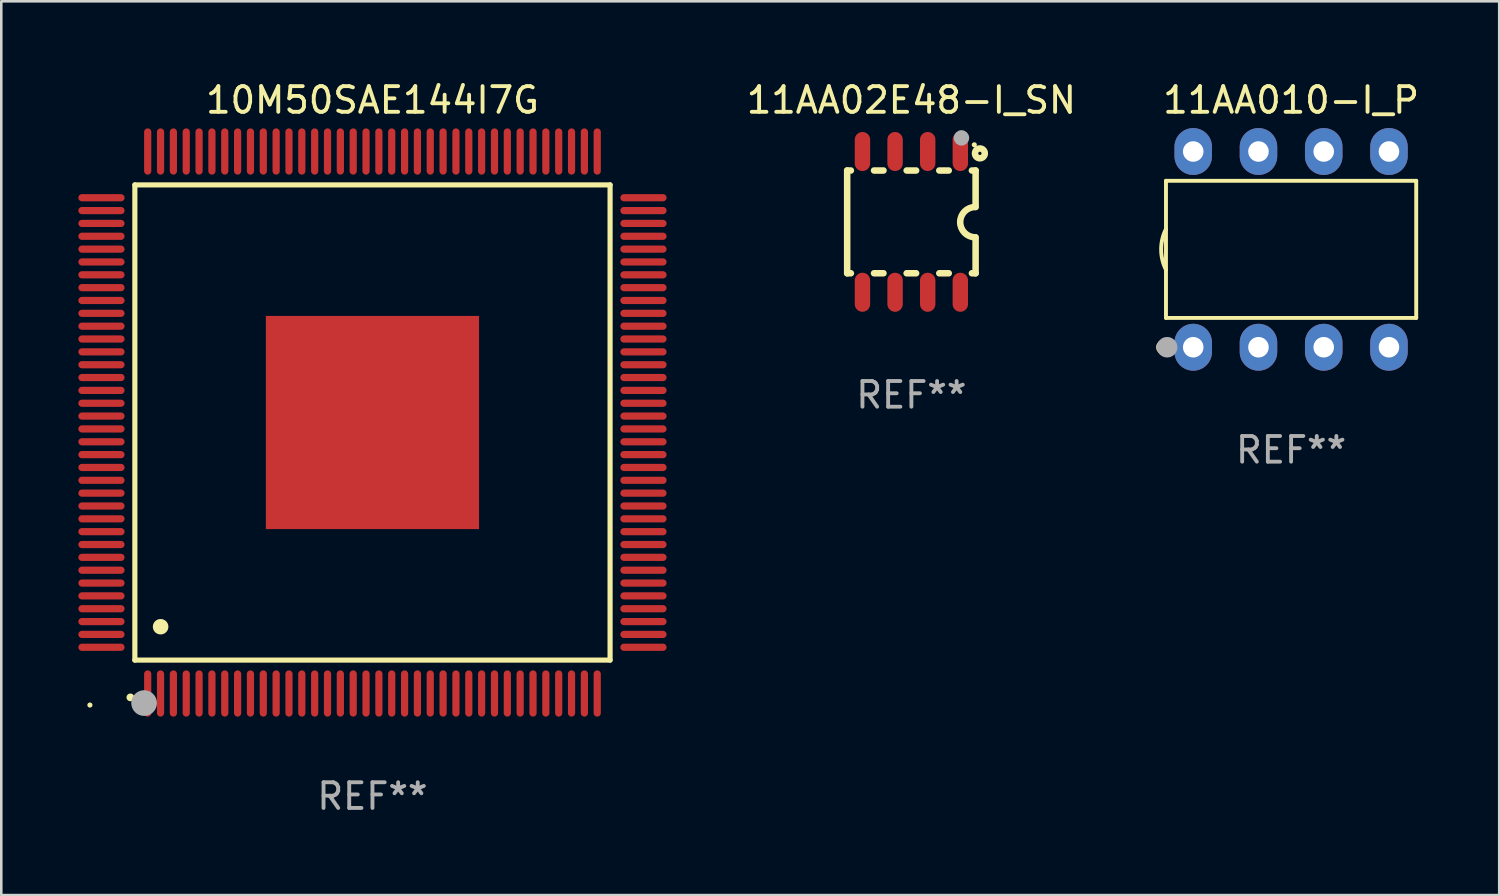
<source format=kicad_pcb>
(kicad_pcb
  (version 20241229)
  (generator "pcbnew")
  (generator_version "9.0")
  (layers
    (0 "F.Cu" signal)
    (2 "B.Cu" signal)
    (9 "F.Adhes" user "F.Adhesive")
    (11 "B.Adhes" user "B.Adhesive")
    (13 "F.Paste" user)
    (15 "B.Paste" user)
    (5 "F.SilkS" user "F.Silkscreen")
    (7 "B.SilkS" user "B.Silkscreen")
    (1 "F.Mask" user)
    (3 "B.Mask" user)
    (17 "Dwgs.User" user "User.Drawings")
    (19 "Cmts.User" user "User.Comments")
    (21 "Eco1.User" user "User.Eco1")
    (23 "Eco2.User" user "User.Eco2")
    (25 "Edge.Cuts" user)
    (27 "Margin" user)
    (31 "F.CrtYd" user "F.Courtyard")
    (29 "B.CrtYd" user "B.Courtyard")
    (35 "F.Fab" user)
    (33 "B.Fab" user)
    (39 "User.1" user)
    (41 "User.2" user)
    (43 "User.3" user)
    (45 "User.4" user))
  (footprint "10M50SAE144I7G"
    (layer "F.Cu")
    (at 11.45 13.398)
    (property "Reference" "10M50SAE144I7G" (at 0 -12.55 0) (layer "F.SilkS") (effects (font (size 1 1) (thickness 0.15))))
    (attr through_hole)
    (fp_line (start -9.25 -9.25) (end 9.25 -9.25) (stroke (width 0.2) (type solid)) (layer "F.SilkS"))
    (fp_line (start -9.25 9.25) (end -9.25 -9.25) (stroke (width 0.2) (type solid)) (layer "F.SilkS"))
    (fp_line (start 9.25 -9.25) (end 9.25 9.25) (stroke (width 0.2) (type solid)) (layer "F.SilkS"))
    (fp_line (start 9.25 9.25) (end -9.25 9.25) (stroke (width 0.2) (type solid)) (layer "F.SilkS"))
    (fp_arc (start -9.425959 10.701041) (mid -9.424689 10.701036) (end -9.423419 10.701041) (stroke (width 0.3) (type solid)) (layer "F.SilkS"))
    (fp_arc (start -8.249936 7.950216) (mid -8.247396 7.950205) (end -8.244856 7.950216) (stroke (width 0.6) (type solid)) (layer "F.SilkS"))
    (fp_circle (center -11 11) (end -10.95 11) (stroke (width 0.1) (type solid)) (fill no) (layer "F.SilkS"))
    (fp_circle (center -8.89 10.922) (end -8.64 10.922) (stroke (width 0.5) (type solid)) (fill no) (layer "F.Fab"))
    (fp_text user "REF**" (at 0 14.55 0) (layer "F.Fab") (effects (font (size 1 1) (thickness 0.15))))
    (pad "1" smd oval (at -8.75 10.55) (size 0.28 1.8) (layers "F.Cu" "F.Mask" "F.Paste"))
    (pad "2" smd oval (at -8.25 10.55) (size 0.28 1.8) (layers "F.Cu" "F.Mask" "F.Paste"))
    (pad "3" smd oval (at -7.75 10.55) (size 0.28 1.8) (layers "F.Cu" "F.Mask" "F.Paste"))
    (pad "4" smd oval (at -7.25 10.55) (size 0.28 1.8) (layers "F.Cu" "F.Mask" "F.Paste"))
    (pad "5" smd oval (at -6.75 10.55) (size 0.28 1.8) (layers "F.Cu" "F.Mask" "F.Paste"))
    (pad "6" smd oval (at -6.25 10.55) (size 0.28 1.8) (layers "F.Cu" "F.Mask" "F.Paste"))
    (pad "7" smd oval (at -5.75 10.55) (size 0.28 1.8) (layers "F.Cu" "F.Mask" "F.Paste"))
    (pad "8" smd oval (at -5.25 10.55) (size 0.28 1.8) (layers "F.Cu" "F.Mask" "F.Paste"))
    (pad "9" smd oval (at -4.75 10.55) (size 0.28 1.8) (layers "F.Cu" "F.Mask" "F.Paste"))
    (pad "10" smd oval (at -4.25 10.55) (size 0.28 1.8) (layers "F.Cu" "F.Mask" "F.Paste"))
    (pad "11" smd oval (at -3.75 10.55) (size 0.28 1.8) (layers "F.Cu" "F.Mask" "F.Paste"))
    (pad "12" smd oval (at -3.25 10.55) (size 0.28 1.8) (layers "F.Cu" "F.Mask" "F.Paste"))
    (pad "13" smd oval (at -2.75 10.55) (size 0.28 1.8) (layers "F.Cu" "F.Mask" "F.Paste"))
    (pad "14" smd oval (at -2.25 10.55) (size 0.28 1.8) (layers "F.Cu" "F.Mask" "F.Paste"))
    (pad "15" smd oval (at -1.75 10.55) (size 0.28 1.8) (layers "F.Cu" "F.Mask" "F.Paste"))
    (pad "16" smd oval (at -1.25 10.55) (size 0.28 1.8) (layers "F.Cu" "F.Mask" "F.Paste"))
    (pad "17" smd oval (at -0.75 10.55) (size 0.28 1.8) (layers "F.Cu" "F.Mask" "F.Paste"))
    (pad "18" smd oval (at -0.25 10.55) (size 0.28 1.8) (layers "F.Cu" "F.Mask" "F.Paste"))
    (pad "19" smd oval (at 0.25 10.55) (size 0.28 1.8) (layers "F.Cu" "F.Mask" "F.Paste"))
    (pad "20" smd oval (at 0.75 10.55) (size 0.28 1.8) (layers "F.Cu" "F.Mask" "F.Paste"))
    (pad "21" smd oval (at 1.25 10.55) (size 0.28 1.8) (layers "F.Cu" "F.Mask" "F.Paste"))
    (pad "22" smd oval (at 1.75 10.55) (size 0.28 1.8) (layers "F.Cu" "F.Mask" "F.Paste"))
    (pad "23" smd oval (at 2.25 10.55) (size 0.28 1.8) (layers "F.Cu" "F.Mask" "F.Paste"))
    (pad "24" smd oval (at 2.75 10.55) (size 0.28 1.8) (layers "F.Cu" "F.Mask" "F.Paste"))
    (pad "25" smd oval (at 3.25 10.55) (size 0.28 1.8) (layers "F.Cu" "F.Mask" "F.Paste"))
    (pad "26" smd oval (at 3.75 10.55) (size 0.28 1.8) (layers "F.Cu" "F.Mask" "F.Paste"))
    (pad "27" smd oval (at 4.25 10.55) (size 0.28 1.8) (layers "F.Cu" "F.Mask" "F.Paste"))
    (pad "28" smd oval (at 4.75 10.55) (size 0.28 1.8) (layers "F.Cu" "F.Mask" "F.Paste"))
    (pad "29" smd oval (at 5.25 10.55) (size 0.28 1.8) (layers "F.Cu" "F.Mask" "F.Paste"))
    (pad "30" smd oval (at 5.75 10.55) (size 0.28 1.8) (layers "F.Cu" "F.Mask" "F.Paste"))
    (pad "31" smd oval (at 6.25 10.55) (size 0.28 1.8) (layers "F.Cu" "F.Mask" "F.Paste"))
    (pad "32" smd oval (at 6.75 10.55) (size 0.28 1.8) (layers "F.Cu" "F.Mask" "F.Paste"))
    (pad "33" smd oval (at 7.25 10.55) (size 0.28 1.8) (layers "F.Cu" "F.Mask" "F.Paste"))
    (pad "34" smd oval (at 7.75 10.55) (size 0.28 1.8) (layers "F.Cu" "F.Mask" "F.Paste"))
    (pad "35" smd oval (at 8.25 10.55) (size 0.28 1.8) (layers "F.Cu" "F.Mask" "F.Paste"))
    (pad "36" smd oval (at 8.75 10.55) (size 0.28 1.8) (layers "F.Cu" "F.Mask" "F.Paste"))
    (pad "37" smd oval (at 10.55 8.75) (size 1.8 0.28) (layers "F.Cu" "F.Mask" "F.Paste"))
    (pad "38" smd oval (at 10.55 8.25) (size 1.8 0.28) (layers "F.Cu" "F.Mask" "F.Paste"))
    (pad "39" smd oval (at 10.55 7.75) (size 1.8 0.28) (layers "F.Cu" "F.Mask" "F.Paste"))
    (pad "40" smd oval (at 10.55 7.25) (size 1.8 0.28) (layers "F.Cu" "F.Mask" "F.Paste"))
    (pad "41" smd oval (at 10.55 6.75) (size 1.8 0.28) (layers "F.Cu" "F.Mask" "F.Paste"))
    (pad "42" smd oval (at 10.55 6.25) (size 1.8 0.28) (layers "F.Cu" "F.Mask" "F.Paste"))
    (pad "43" smd oval (at 10.55 5.75) (size 1.8 0.28) (layers "F.Cu" "F.Mask" "F.Paste"))
    (pad "44" smd oval (at 10.55 5.25) (size 1.8 0.28) (layers "F.Cu" "F.Mask" "F.Paste"))
    (pad "45" smd oval (at 10.55 4.75) (size 1.8 0.28) (layers "F.Cu" "F.Mask" "F.Paste"))
    (pad "46" smd oval (at 10.55 4.25) (size 1.8 0.28) (layers "F.Cu" "F.Mask" "F.Paste"))
    (pad "47" smd oval (at 10.55 3.75) (size 1.8 0.28) (layers "F.Cu" "F.Mask" "F.Paste"))
    (pad "48" smd oval (at 10.55 3.25) (size 1.8 0.28) (layers "F.Cu" "F.Mask" "F.Paste"))
    (pad "49" smd oval (at 10.55 2.75) (size 1.8 0.28) (layers "F.Cu" "F.Mask" "F.Paste"))
    (pad "50" smd oval (at 10.55 2.25) (size 1.8 0.28) (layers "F.Cu" "F.Mask" "F.Paste"))
    (pad "51" smd oval (at 10.55 1.75) (size 1.8 0.28) (layers "F.Cu" "F.Mask" "F.Paste"))
    (pad "52" smd oval (at 10.55 1.25) (size 1.8 0.28) (layers "F.Cu" "F.Mask" "F.Paste"))
    (pad "53" smd oval (at 10.55 0.75) (size 1.8 0.28) (layers "F.Cu" "F.Mask" "F.Paste"))
    (pad "54" smd oval (at 10.55 0.25) (size 1.8 0.28) (layers "F.Cu" "F.Mask" "F.Paste"))
    (pad "55" smd oval (at 10.55 -0.25) (size 1.8 0.28) (layers "F.Cu" "F.Mask" "F.Paste"))
    (pad "56" smd oval (at 10.55 -0.75) (size 1.8 0.28) (layers "F.Cu" "F.Mask" "F.Paste"))
    (pad "57" smd oval (at 10.55 -1.25) (size 1.8 0.28) (layers "F.Cu" "F.Mask" "F.Paste"))
    (pad "58" smd oval (at 10.55 -1.75) (size 1.8 0.28) (layers "F.Cu" "F.Mask" "F.Paste"))
    (pad "59" smd oval (at 10.55 -2.25) (size 1.8 0.28) (layers "F.Cu" "F.Mask" "F.Paste"))
    (pad "60" smd oval (at 10.55 -2.75) (size 1.8 0.28) (layers "F.Cu" "F.Mask" "F.Paste"))
    (pad "61" smd oval (at 10.55 -3.25) (size 1.8 0.28) (layers "F.Cu" "F.Mask" "F.Paste"))
    (pad "62" smd oval (at 10.55 -3.75) (size 1.8 0.28) (layers "F.Cu" "F.Mask" "F.Paste"))
    (pad "63" smd oval (at 10.55 -4.25) (size 1.8 0.28) (layers "F.Cu" "F.Mask" "F.Paste"))
    (pad "64" smd oval (at 10.55 -4.75) (size 1.8 0.28) (layers "F.Cu" "F.Mask" "F.Paste"))
    (pad "65" smd oval (at 10.55 -5.25) (size 1.8 0.28) (layers "F.Cu" "F.Mask" "F.Paste"))
    (pad "66" smd oval (at 10.55 -5.75) (size 1.8 0.28) (layers "F.Cu" "F.Mask" "F.Paste"))
    (pad "67" smd oval (at 10.55 -6.25) (size 1.8 0.28) (layers "F.Cu" "F.Mask" "F.Paste"))
    (pad "68" smd oval (at 10.55 -6.75) (size 1.8 0.28) (layers "F.Cu" "F.Mask" "F.Paste"))
    (pad "69" smd oval (at 10.55 -7.25) (size 1.8 0.28) (layers "F.Cu" "F.Mask" "F.Paste"))
    (pad "70" smd oval (at 10.55 -7.75) (size 1.8 0.28) (layers "F.Cu" "F.Mask" "F.Paste"))
    (pad "71" smd oval (at 10.55 -8.25) (size 1.8 0.28) (layers "F.Cu" "F.Mask" "F.Paste"))
    (pad "72" smd oval (at 10.55 -8.75) (size 1.8 0.28) (layers "F.Cu" "F.Mask" "F.Paste"))
    (pad "73" smd oval (at 8.75 -10.55) (size 0.28 1.8) (layers "F.Cu" "F.Mask" "F.Paste"))
    (pad "74" smd oval (at 8.25 -10.55) (size 0.28 1.8) (layers "F.Cu" "F.Mask" "F.Paste"))
    (pad "75" smd oval (at 7.75 -10.55) (size 0.28 1.8) (layers "F.Cu" "F.Mask" "F.Paste"))
    (pad "76" smd oval (at 7.25 -10.55) (size 0.28 1.8) (layers "F.Cu" "F.Mask" "F.Paste"))
    (pad "77" smd oval (at 6.75 -10.55) (size 0.28 1.8) (layers "F.Cu" "F.Mask" "F.Paste"))
    (pad "78" smd oval (at 6.25 -10.55) (size 0.28 1.8) (layers "F.Cu" "F.Mask" "F.Paste"))
    (pad "79" smd oval (at 5.75 -10.55) (size 0.28 1.8) (layers "F.Cu" "F.Mask" "F.Paste"))
    (pad "80" smd oval (at 5.25 -10.55) (size 0.28 1.8) (layers "F.Cu" "F.Mask" "F.Paste"))
    (pad "81" smd oval (at 4.75 -10.55) (size 0.28 1.8) (layers "F.Cu" "F.Mask" "F.Paste"))
    (pad "82" smd oval (at 4.25 -10.55) (size 0.28 1.8) (layers "F.Cu" "F.Mask" "F.Paste"))
    (pad "83" smd oval (at 3.75 -10.55) (size 0.28 1.8) (layers "F.Cu" "F.Mask" "F.Paste"))
    (pad "84" smd oval (at 3.25 -10.55) (size 0.28 1.8) (layers "F.Cu" "F.Mask" "F.Paste"))
    (pad "85" smd oval (at 2.75 -10.55) (size 0.28 1.8) (layers "F.Cu" "F.Mask" "F.Paste"))
    (pad "86" smd oval (at 2.25 -10.55) (size 0.28 1.8) (layers "F.Cu" "F.Mask" "F.Paste"))
    (pad "87" smd oval (at 1.75 -10.55) (size 0.28 1.8) (layers "F.Cu" "F.Mask" "F.Paste"))
    (pad "88" smd oval (at 1.25 -10.55) (size 0.28 1.8) (layers "F.Cu" "F.Mask" "F.Paste"))
    (pad "89" smd oval (at 0.75 -10.55) (size 0.28 1.8) (layers "F.Cu" "F.Mask" "F.Paste"))
    (pad "90" smd oval (at 0.25 -10.55) (size 0.28 1.8) (layers "F.Cu" "F.Mask" "F.Paste"))
    (pad "91" smd oval (at -0.25 -10.55) (size 0.28 1.8) (layers "F.Cu" "F.Mask" "F.Paste"))
    (pad "92" smd oval (at -0.75 -10.55) (size 0.28 1.8) (layers "F.Cu" "F.Mask" "F.Paste"))
    (pad "93" smd oval (at -1.25 -10.55) (size 0.28 1.8) (layers "F.Cu" "F.Mask" "F.Paste"))
    (pad "94" smd oval (at -1.75 -10.55) (size 0.28 1.8) (layers "F.Cu" "F.Mask" "F.Paste"))
    (pad "95" smd oval (at -2.25 -10.55) (size 0.28 1.8) (layers "F.Cu" "F.Mask" "F.Paste"))
    (pad "96" smd oval (at -2.75 -10.55) (size 0.28 1.8) (layers "F.Cu" "F.Mask" "F.Paste"))
    (pad "97" smd oval (at -3.25 -10.55) (size 0.28 1.8) (layers "F.Cu" "F.Mask" "F.Paste"))
    (pad "98" smd oval (at -3.75 -10.55) (size 0.28 1.8) (layers "F.Cu" "F.Mask" "F.Paste"))
    (pad "99" smd oval (at -4.25 -10.55) (size 0.28 1.8) (layers "F.Cu" "F.Mask" "F.Paste"))
    (pad "100" smd oval (at -4.75 -10.55) (size 0.28 1.8) (layers "F.Cu" "F.Mask" "F.Paste"))
    (pad "101" smd oval (at -5.25 -10.55) (size 0.28 1.8) (layers "F.Cu" "F.Mask" "F.Paste"))
    (pad "102" smd oval (at -5.75 -10.55) (size 0.28 1.8) (layers "F.Cu" "F.Mask" "F.Paste"))
    (pad "103" smd oval (at -6.25 -10.55) (size 0.28 1.8) (layers "F.Cu" "F.Mask" "F.Paste"))
    (pad "104" smd oval (at -6.75 -10.55) (size 0.28 1.8) (layers "F.Cu" "F.Mask" "F.Paste"))
    (pad "105" smd oval (at -7.25 -10.55) (size 0.28 1.8) (layers "F.Cu" "F.Mask" "F.Paste"))
    (pad "106" smd oval (at -7.75 -10.55) (size 0.28 1.8) (layers "F.Cu" "F.Mask" "F.Paste"))
    (pad "107" smd oval (at -8.25 -10.55) (size 0.28 1.8) (layers "F.Cu" "F.Mask" "F.Paste"))
    (pad "108" smd oval (at -8.75 -10.55) (size 0.28 1.8) (layers "F.Cu" "F.Mask" "F.Paste"))
    (pad "109" smd oval (at -10.55 -8.75) (size 1.8 0.28) (layers "F.Cu" "F.Mask" "F.Paste"))
    (pad "110" smd oval (at -10.55 -8.25) (size 1.8 0.28) (layers "F.Cu" "F.Mask" "F.Paste"))
    (pad "111" smd oval (at -10.55 -7.75) (size 1.8 0.28) (layers "F.Cu" "F.Mask" "F.Paste"))
    (pad "112" smd oval (at -10.55 -7.25) (size 1.8 0.28) (layers "F.Cu" "F.Mask" "F.Paste"))
    (pad "113" smd oval (at -10.55 -6.75) (size 1.8 0.28) (layers "F.Cu" "F.Mask" "F.Paste"))
    (pad "114" smd oval (at -10.55 -6.25) (size 1.8 0.28) (layers "F.Cu" "F.Mask" "F.Paste"))
    (pad "115" smd oval (at -10.55 -5.75) (size 1.8 0.28) (layers "F.Cu" "F.Mask" "F.Paste"))
    (pad "116" smd oval (at -10.55 -5.25) (size 1.8 0.28) (layers "F.Cu" "F.Mask" "F.Paste"))
    (pad "117" smd oval (at -10.55 -4.75) (size 1.8 0.28) (layers "F.Cu" "F.Mask" "F.Paste"))
    (pad "118" smd oval (at -10.55 -4.25) (size 1.8 0.28) (layers "F.Cu" "F.Mask" "F.Paste"))
    (pad "119" smd oval (at -10.55 -3.75) (size 1.8 0.28) (layers "F.Cu" "F.Mask" "F.Paste"))
    (pad "120" smd oval (at -10.55 -3.25) (size 1.8 0.28) (layers "F.Cu" "F.Mask" "F.Paste"))
    (pad "121" smd oval (at -10.55 -2.75) (size 1.8 0.28) (layers "F.Cu" "F.Mask" "F.Paste"))
    (pad "122" smd oval (at -10.55 -2.25) (size 1.8 0.28) (layers "F.Cu" "F.Mask" "F.Paste"))
    (pad "123" smd oval (at -10.55 -1.75) (size 1.8 0.28) (layers "F.Cu" "F.Mask" "F.Paste"))
    (pad "124" smd oval (at -10.55 -1.25) (size 1.8 0.28) (layers "F.Cu" "F.Mask" "F.Paste"))
    (pad "125" smd oval (at -10.55 -0.75) (size 1.8 0.28) (layers "F.Cu" "F.Mask" "F.Paste"))
    (pad "126" smd oval (at -10.55 -0.25) (size 1.8 0.28) (layers "F.Cu" "F.Mask" "F.Paste"))
    (pad "127" smd oval (at -10.55 0.25) (size 1.8 0.28) (layers "F.Cu" "F.Mask" "F.Paste"))
    (pad "128" smd oval (at -10.55 0.75) (size 1.8 0.28) (layers "F.Cu" "F.Mask" "F.Paste"))
    (pad "129" smd oval (at -10.55 1.25) (size 1.8 0.28) (layers "F.Cu" "F.Mask" "F.Paste"))
    (pad "130" smd oval (at -10.55 1.75) (size 1.8 0.28) (layers "F.Cu" "F.Mask" "F.Paste"))
    (pad "131" smd oval (at -10.55 2.25) (size 1.8 0.28) (layers "F.Cu" "F.Mask" "F.Paste"))
    (pad "132" smd oval (at -10.55 2.75) (size 1.8 0.28) (layers "F.Cu" "F.Mask" "F.Paste"))
    (pad "133" smd oval (at -10.55 3.25) (size 1.8 0.28) (layers "F.Cu" "F.Mask" "F.Paste"))
    (pad "134" smd oval (at -10.55 3.75) (size 1.8 0.28) (layers "F.Cu" "F.Mask" "F.Paste"))
    (pad "135" smd oval (at -10.55 4.25) (size 1.8 0.28) (layers "F.Cu" "F.Mask" "F.Paste"))
    (pad "136" smd oval (at -10.55 4.75) (size 1.8 0.28) (layers "F.Cu" "F.Mask" "F.Paste"))
    (pad "137" smd oval (at -10.55 5.25) (size 1.8 0.28) (layers "F.Cu" "F.Mask" "F.Paste"))
    (pad "138" smd oval (at -10.55 5.75) (size 1.8 0.28) (layers "F.Cu" "F.Mask" "F.Paste"))
    (pad "139" smd oval (at -10.55 6.25) (size 1.8 0.28) (layers "F.Cu" "F.Mask" "F.Paste"))
    (pad "140" smd oval (at -10.55 6.75) (size 1.8 0.28) (layers "F.Cu" "F.Mask" "F.Paste"))
    (pad "141" smd oval (at -10.55 7.25) (size 1.8 0.28) (layers "F.Cu" "F.Mask" "F.Paste"))
    (pad "142" smd oval (at -10.55 7.75) (size 1.8 0.28) (layers "F.Cu" "F.Mask" "F.Paste"))
    (pad "143" smd oval (at -10.55 8.25) (size 1.8 0.28) (layers "F.Cu" "F.Mask" "F.Paste"))
    (pad "144" smd oval (at -10.55 8.75) (size 1.8 0.28) (layers "F.Cu" "F.Mask" "F.Paste"))
    (pad "145" smd rect (at 0 0) (size 8.3 8.3) (layers "F.Cu" "F.Mask" "F.Paste")))
  (footprint "11AA010-I_P"
    (layer "F.Cu")
    (at 47.212 6.658)
    (property "Reference" "11AA010-I_P" (at 0 -5.81 0) (layer "F.SilkS") (effects (font (size 1 1) (thickness 0.15))))
    (attr through_hole)
    (fp_line (start -4.871 -2.669) (end 4.871 -2.669) (stroke (width 0.152) (type solid)) (layer "F.SilkS"))
    (fp_line (start -4.871 2.669) (end -4.871 -2.669) (stroke (width 0.152) (type solid)) (layer "F.SilkS"))
    (fp_line (start 4.871 -2.669) (end 4.871 2.669) (stroke (width 0.152) (type solid)) (layer "F.SilkS"))
    (fp_line (start 4.871 2.669) (end -4.871 2.669) (stroke (width 0.152) (type solid)) (layer "F.SilkS"))
    (fp_arc (start -4.871222 0.793751) (mid -5.058601 0) (end -4.871222 -0.793752) (stroke (width 0.1524) (type solid)) (layer "F.SilkS"))
    (fp_circle (center -4.953 3.81) (end -4.803 3.81) (stroke (width 0.3) (type solid)) (fill no) (layer "F.SilkS"))
    (fp_circle (center -4.795 3.935) (end -4.765 3.935) (stroke (width 0.06) (type solid)) (fill no) (layer "F.SilkS"))
    (fp_circle (center -4.826 3.81) (end -4.626 3.81) (stroke (width 0.4) (type solid)) (fill no) (layer "F.Fab"))
    (fp_text user "REF**" (at 0 7.81 0) (layer "F.Fab") (effects (font (size 1 1) (thickness 0.15))))
    (pad "1" thru_hole oval (at -3.81 3.81) (size 1.46 1.825) (drill 0.8) (layers "*.Cu" "*.Mask"))
    (pad "2" thru_hole oval (at -1.27 3.81) (size 1.46 1.825) (drill 0.8) (layers "*.Cu" "*.Mask"))
    (pad "3" thru_hole oval (at 1.27 3.81) (size 1.46 1.825) (drill 0.8) (layers "*.Cu" "*.Mask"))
    (pad "4" thru_hole oval (at 3.81 3.81) (size 1.46 1.825) (drill 0.8) (layers "*.Cu" "*.Mask"))
    (pad "5" thru_hole oval (at 3.81 -3.81) (size 1.46 1.825) (drill 0.8) (layers "*.Cu" "*.Mask"))
    (pad "6" thru_hole oval (at 1.27 -3.81) (size 1.46 1.825) (drill 0.8) (layers "*.Cu" "*.Mask"))
    (pad "7" thru_hole oval (at -1.27 -3.81) (size 1.46 1.825) (drill 0.8) (layers "*.Cu" "*.Mask"))
    (pad "8" thru_hole oval (at -3.81 -3.81) (size 1.46 1.825) (drill 0.8) (layers "*.Cu" "*.Mask")))
  (footprint "11AA02E48-I_SN"
    (layer "F.Cu")
    (at 32.43 5.588)
    (property "Reference" "11AA02E48-I_SN" (at 0 -4.74 0) (layer "F.SilkS") (effects (font (size 1 1) (thickness 0.15))))
    (attr through_hole)
    (fp_line (start -2.5 2) (end -2.5 -2) (stroke (width 0.254) (type solid)) (layer "F.SilkS"))
    (fp_line (start -2.356 -2) (end -2.5 -2) (stroke (width 0.254) (type solid)) (layer "F.SilkS"))
    (fp_line (start -2.356 2) (end -2.5 2) (stroke (width 0.254) (type solid)) (layer "F.SilkS"))
    (fp_line (start -1.086 -2) (end -1.454 -2) (stroke (width 0.254) (type solid)) (layer "F.SilkS"))
    (fp_line (start -1.086 2) (end -1.454 2) (stroke (width 0.254) (type solid)) (layer "F.SilkS"))
    (fp_line (start 0.184 -2) (end -0.184 -2) (stroke (width 0.254) (type solid)) (layer "F.SilkS"))
    (fp_line (start 0.184 2) (end -0.184 2) (stroke (width 0.254) (type solid)) (layer "F.SilkS"))
    (fp_line (start 1.454 -2) (end 1.086 -2) (stroke (width 0.254) (type solid)) (layer "F.SilkS"))
    (fp_line (start 1.454 2) (end 1.086 2) (stroke (width 0.254) (type solid)) (layer "F.SilkS"))
    (fp_line (start 2.5 -2) (end 2.356 -2) (stroke (width 0.254) (type solid)) (layer "F.SilkS"))
    (fp_line (start 2.5 -0.58) (end 2.5 -2) (stroke (width 0.254) (type solid)) (layer "F.SilkS"))
    (fp_line (start 2.5 2) (end 2.356 2) (stroke (width 0.254) (type solid)) (layer "F.SilkS"))
    (fp_line (start 2.5 2) (end 2.5 0.6) (stroke (width 0.254) (type solid)) (layer "F.SilkS"))
    (fp_arc (start 2.489992 0.600051) (mid 1.901674 0.010046) (end 2.489992 -0.579959) (stroke (width 0.254001) (type solid)) (layer "F.SilkS"))
    (fp_circle (center 2.45 -3) (end 2.5 -3) (stroke (width 0.1) (type solid)) (fill no) (layer "F.SilkS"))
    (fp_circle (center 2.667 -2.667) (end 2.858 -2.667) (stroke (width 0.254) (type solid)) (fill no) (layer "F.SilkS"))
    (fp_circle (center 1.95 -3.27) (end 2.1 -3.27) (stroke (width 0.3) (type solid)) (fill no) (layer "F.Fab"))
    (fp_text user "REF**" (at 0 6.74 0) (layer "F.Fab") (effects (font (size 1 1) (thickness 0.15))))
    (pad "1" smd oval (at 1.905 -2.74) (size 0.6 1.52) (layers "F.Cu" "F.Mask" "F.Paste"))
    (pad "2" smd oval (at 0.635 -2.74) (size 0.6 1.52) (layers "F.Cu" "F.Mask" "F.Paste"))
    (pad "3" smd oval (at -0.635 -2.74) (size 0.6 1.52) (layers "F.Cu" "F.Mask" "F.Paste"))
    (pad "4" smd oval (at -1.905 -2.74) (size 0.6 1.52) (layers "F.Cu" "F.Mask" "F.Paste"))
    (pad "5" smd oval (at -1.905 2.74) (size 0.6 1.52) (layers "F.Cu" "F.Mask" "F.Paste"))
    (pad "6" smd oval (at -0.635 2.74) (size 0.6 1.52) (layers "F.Cu" "F.Mask" "F.Paste"))
    (pad "7" smd oval (at 0.635 2.74) (size 0.6 1.52) (layers "F.Cu" "F.Mask" "F.Paste"))
    (pad "8" smd oval (at 1.905 2.74) (size 0.6 1.52) (layers "F.Cu" "F.Mask" "F.Paste")))
  (gr_rect
    (start -3 -3)
    (end 55.314 31.796)
    (stroke (width 0.1) (type default))
    (fill no)
    (layer "Edge.Cuts")))
</source>
